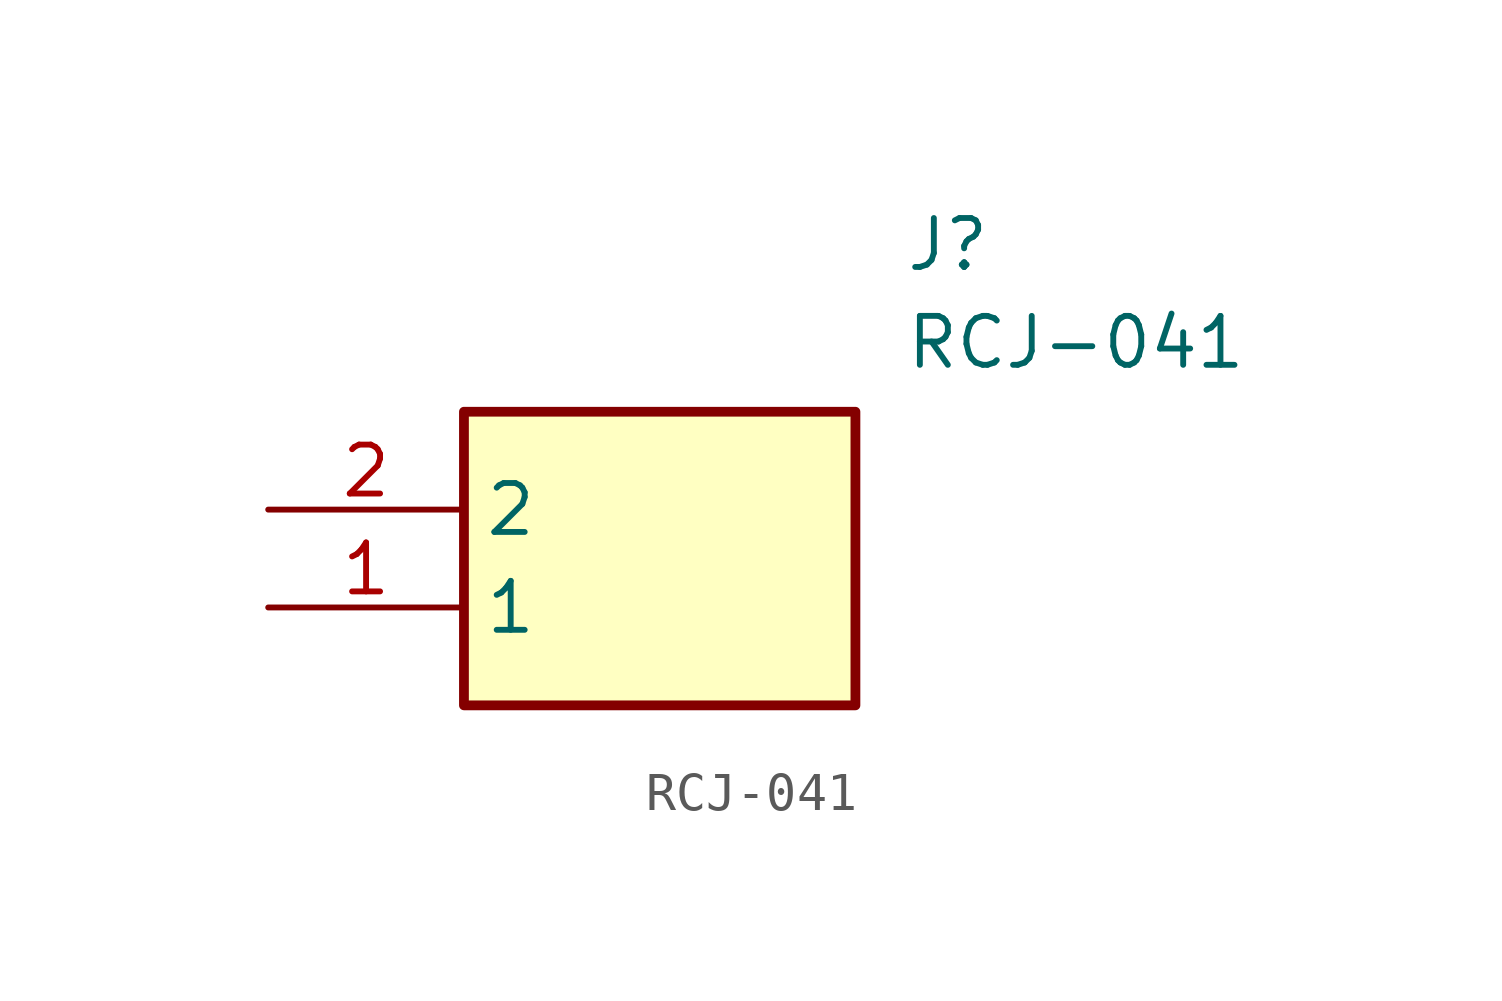
<source format=kicad_sym>
(kicad_symbol_lib
  (version 20211014)
  (generator SamacSys_ECAD_Model)
  (symbol "RCJ-041"
    (property "Reference" "J"
      (at 16.51 7.62 0)
      (effects (font (size 1.27 1.27)) (justify left top)))
    (property "Value" "RCJ-041"
      (at 16.51 5.08 0)
      (effects (font (size 1.27 1.27)) (justify left top)))
    (rectangle
      (start 5.08 2.54)
      (end 15.24 -5.08)
      (stroke (width 0.254) (type default))
      (fill (type background)))
    (pin passive line
      (at 0 -2.54 0)
      (length 5.08)
      (name "1" (effects (font (size 1.27 1.27))))
      (number "1" (effects (font (size 1.27 1.27)))))
    (pin passive line
      (at 0 0 0)
      (length 5.08)
      (name "2" (effects (font (size 1.27 1.27))))
      (number "2" (effects (font (size 1.27 1.27)))))))
</source>
